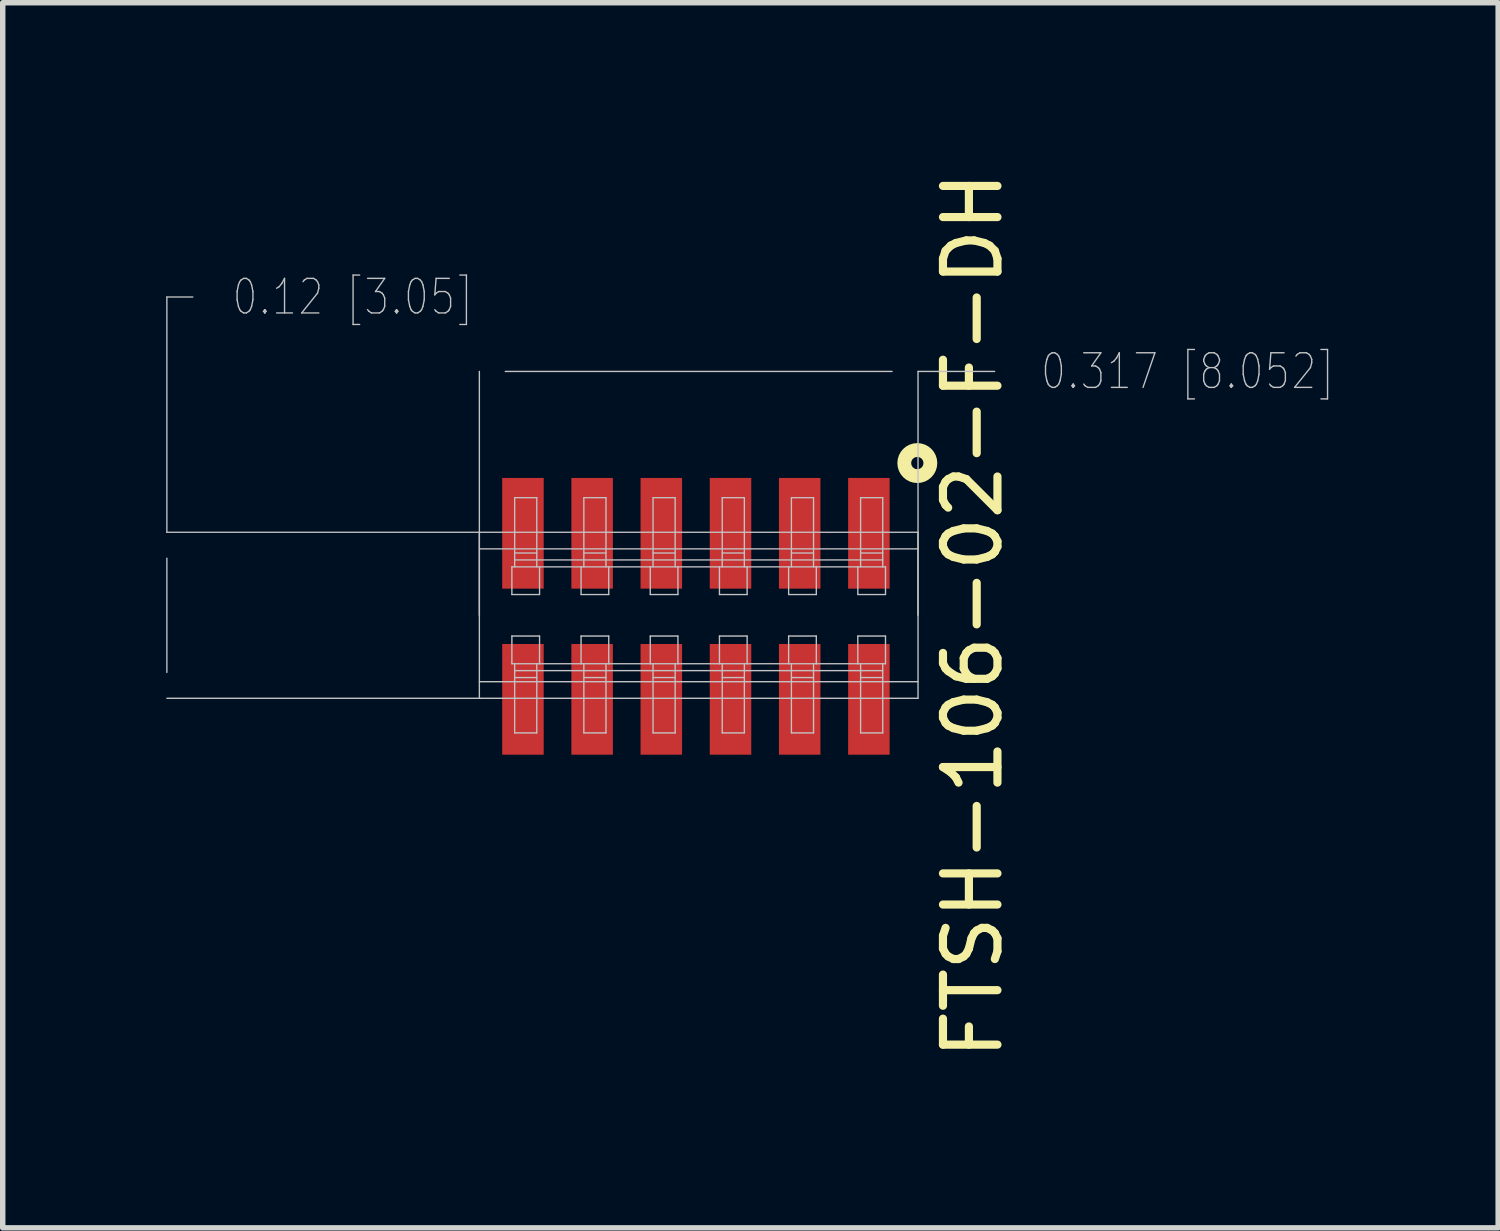
<source format=kicad_pcb>
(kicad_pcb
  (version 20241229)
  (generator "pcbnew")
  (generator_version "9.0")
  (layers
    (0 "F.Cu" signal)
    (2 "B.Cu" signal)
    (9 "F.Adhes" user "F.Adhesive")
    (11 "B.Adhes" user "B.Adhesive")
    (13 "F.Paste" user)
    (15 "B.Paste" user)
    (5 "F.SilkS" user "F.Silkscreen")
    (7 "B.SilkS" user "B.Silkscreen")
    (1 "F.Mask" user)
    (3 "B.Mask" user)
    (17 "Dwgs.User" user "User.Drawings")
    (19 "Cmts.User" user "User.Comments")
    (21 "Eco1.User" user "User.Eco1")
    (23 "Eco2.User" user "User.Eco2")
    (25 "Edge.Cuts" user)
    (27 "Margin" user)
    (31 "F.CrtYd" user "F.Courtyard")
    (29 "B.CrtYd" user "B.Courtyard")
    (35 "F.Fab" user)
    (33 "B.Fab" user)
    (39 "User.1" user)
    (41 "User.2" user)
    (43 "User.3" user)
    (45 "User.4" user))
  (footprint "FTSH-106-02-F-DH"
    (layer "F.Cu")
    (at 9.724 8.244)
    (property "Reference" "FTSH-106-02-F-DH" (at 5.08 0 90) (layer "F.SilkS") (effects (font (size 1 1) (thickness 0.15))))
    (attr smd)
    (fp_circle (center 4.064 -2.794) (end 4.267 -2.667) (stroke (width 0.254) (type solid)) (fill no) (layer "F.SilkS"))
    (fp_line (start -9.711 -5.842) (end -9.711 -1.524) (stroke (width 0.025) (type solid)) (layer "Dwgs.User"))
    (fp_line (start -9.711 1.048) (end -9.711 -1.048) (stroke (width 0.025) (type solid)) (layer "Dwgs.User"))
    (fp_line (start -9.235 -5.842) (end -9.711 -5.842) (stroke (width 0.025) (type solid)) (layer "Dwgs.User"))
    (fp_line (start -3.975 -1.524) (end -9.711 -1.524) (stroke (width 0.025) (type solid)) (layer "Dwgs.User"))
    (fp_line (start -3.975 -1.524) (end -3.975 1.524) (stroke (width 0.025) (type solid)) (layer "Dwgs.User"))
    (fp_line (start -3.975 0) (end -3.975 -4.476) (stroke (width 0.025) (type solid)) (layer "Dwgs.User"))
    (fp_line (start -3.975 1.524) (end -9.711 1.524) (stroke (width 0.025) (type solid)) (layer "Dwgs.User"))
    (fp_line (start -3.975 1.524) (end 4.077 1.524) (stroke (width 0.025) (type solid)) (layer "Dwgs.User"))
    (fp_line (start -3.499 -4.476) (end 3.6 -4.476) (stroke (width 0.025) (type solid)) (layer "Dwgs.User"))
    (fp_line (start -3.378 -0.889) (end -3.378 -0.381) (stroke (width 0.025) (type solid)) (layer "Dwgs.User"))
    (fp_line (start -3.378 -0.381) (end -2.87 -0.381) (stroke (width 0.025) (type solid)) (layer "Dwgs.User"))
    (fp_line (start -3.378 0.381) (end -3.378 0.889) (stroke (width 0.025) (type solid)) (layer "Dwgs.User"))
    (fp_line (start -3.378 0.889) (end -2.87 0.889) (stroke (width 0.025) (type solid)) (layer "Dwgs.User"))
    (fp_line (start -3.327 -2.159) (end -2.921 -2.159) (stroke (width 0.025) (type solid)) (layer "Dwgs.User"))
    (fp_line (start -3.327 -1.524) (end -3.327 -2.159) (stroke (width 0.025) (type solid)) (layer "Dwgs.User"))
    (fp_line (start -3.327 -1.143) (end -2.921 -1.143) (stroke (width 0.025) (type solid)) (layer "Dwgs.User"))
    (fp_line (start -3.327 -1.016) (end 3.429 -1.016) (stroke (width 0.025) (type solid)) (layer "Dwgs.User"))
    (fp_line (start -3.327 -0.889) (end -3.327 -1.524) (stroke (width 0.025) (type solid)) (layer "Dwgs.User"))
    (fp_line (start -3.327 0.889) (end -3.327 1.524) (stroke (width 0.025) (type solid)) (layer "Dwgs.User"))
    (fp_line (start -3.327 1.524) (end -3.327 2.159) (stroke (width 0.025) (type solid)) (layer "Dwgs.User"))
    (fp_line (start -2.921 -2.159) (end -2.921 -1.524) (stroke (width 0.025) (type solid)) (layer "Dwgs.User"))
    (fp_line (start -2.921 -1.524) (end -2.921 -0.889) (stroke (width 0.025) (type solid)) (layer "Dwgs.User"))
    (fp_line (start -2.921 0.889) (end -2.921 1.524) (stroke (width 0.025) (type solid)) (layer "Dwgs.User"))
    (fp_line (start -2.921 1.143) (end -3.327 1.143) (stroke (width 0.025) (type solid)) (layer "Dwgs.User"))
    (fp_line (start -2.921 1.524) (end -2.921 2.159) (stroke (width 0.025) (type solid)) (layer "Dwgs.User"))
    (fp_line (start -2.921 2.159) (end -3.327 2.159) (stroke (width 0.025) (type solid)) (layer "Dwgs.User"))
    (fp_line (start -2.87 -0.889) (end -3.378 -0.889) (stroke (width 0.025) (type solid)) (layer "Dwgs.User"))
    (fp_line (start -2.87 -0.889) (end -2.108 -0.889) (stroke (width 0.025) (type solid)) (layer "Dwgs.User"))
    (fp_line (start -2.87 -0.381) (end -2.87 -0.889) (stroke (width 0.025) (type solid)) (layer "Dwgs.User"))
    (fp_line (start -2.87 0.381) (end -3.378 0.381) (stroke (width 0.025) (type solid)) (layer "Dwgs.User"))
    (fp_line (start -2.87 0.889) (end -2.87 0.381) (stroke (width 0.025) (type solid)) (layer "Dwgs.User"))
    (fp_line (start -2.108 -0.889) (end -2.108 -0.381) (stroke (width 0.025) (type solid)) (layer "Dwgs.User"))
    (fp_line (start -2.108 -0.381) (end -1.6 -0.381) (stroke (width 0.025) (type solid)) (layer "Dwgs.User"))
    (fp_line (start -2.108 0.381) (end -2.108 0.889) (stroke (width 0.025) (type solid)) (layer "Dwgs.User"))
    (fp_line (start -2.108 0.889) (end -2.87 0.889) (stroke (width 0.025) (type solid)) (layer "Dwgs.User"))
    (fp_line (start -2.108 0.889) (end -1.6 0.889) (stroke (width 0.025) (type solid)) (layer "Dwgs.User"))
    (fp_line (start -2.057 -2.159) (end -1.651 -2.159) (stroke (width 0.025) (type solid)) (layer "Dwgs.User"))
    (fp_line (start -2.057 -1.524) (end -2.057 -2.159) (stroke (width 0.025) (type solid)) (layer "Dwgs.User"))
    (fp_line (start -2.057 -1.143) (end -1.651 -1.143) (stroke (width 0.025) (type solid)) (layer "Dwgs.User"))
    (fp_line (start -2.057 -0.889) (end -2.057 -1.524) (stroke (width 0.025) (type solid)) (layer "Dwgs.User"))
    (fp_line (start -2.057 1.524) (end -2.057 0.889) (stroke (width 0.025) (type solid)) (layer "Dwgs.User"))
    (fp_line (start -2.057 2.159) (end -2.057 1.524) (stroke (width 0.025) (type solid)) (layer "Dwgs.User"))
    (fp_line (start -1.651 -2.159) (end -1.651 -1.524) (stroke (width 0.025) (type solid)) (layer "Dwgs.User"))
    (fp_line (start -1.651 -1.524) (end -1.651 -0.889) (stroke (width 0.025) (type solid)) (layer "Dwgs.User"))
    (fp_line (start -1.651 0.889) (end -1.651 1.524) (stroke (width 0.025) (type solid)) (layer "Dwgs.User"))
    (fp_line (start -1.651 1.143) (end -2.057 1.143) (stroke (width 0.025) (type solid)) (layer "Dwgs.User"))
    (fp_line (start -1.651 1.524) (end -1.651 2.159) (stroke (width 0.025) (type solid)) (layer "Dwgs.User"))
    (fp_line (start -1.651 2.159) (end -2.057 2.159) (stroke (width 0.025) (type solid)) (layer "Dwgs.User"))
    (fp_line (start -1.6 -0.889) (end -2.108 -0.889) (stroke (width 0.025) (type solid)) (layer "Dwgs.User"))
    (fp_line (start -1.6 -0.889) (end -0.838 -0.889) (stroke (width 0.025) (type solid)) (layer "Dwgs.User"))
    (fp_line (start -1.6 -0.381) (end -1.6 -0.889) (stroke (width 0.025) (type solid)) (layer "Dwgs.User"))
    (fp_line (start -1.6 0.381) (end -2.108 0.381) (stroke (width 0.025) (type solid)) (layer "Dwgs.User"))
    (fp_line (start -1.6 0.889) (end -1.6 0.381) (stroke (width 0.025) (type solid)) (layer "Dwgs.User"))
    (fp_line (start -0.838 -0.889) (end -0.838 -0.381) (stroke (width 0.025) (type solid)) (layer "Dwgs.User"))
    (fp_line (start -0.838 -0.381) (end -0.33 -0.381) (stroke (width 0.025) (type solid)) (layer "Dwgs.User"))
    (fp_line (start -0.838 0.381) (end -0.838 0.889) (stroke (width 0.025) (type solid)) (layer "Dwgs.User"))
    (fp_line (start -0.838 0.889) (end -1.6 0.889) (stroke (width 0.025) (type solid)) (layer "Dwgs.User"))
    (fp_line (start -0.838 0.889) (end -0.33 0.889) (stroke (width 0.025) (type solid)) (layer "Dwgs.User"))
    (fp_line (start -0.787 -2.159) (end -0.381 -2.159) (stroke (width 0.025) (type solid)) (layer "Dwgs.User"))
    (fp_line (start -0.787 -1.524) (end -0.787 -2.159) (stroke (width 0.025) (type solid)) (layer "Dwgs.User"))
    (fp_line (start -0.787 -1.143) (end -0.381 -1.143) (stroke (width 0.025) (type solid)) (layer "Dwgs.User"))
    (fp_line (start -0.787 -0.889) (end -0.787 -1.524) (stroke (width 0.025) (type solid)) (layer "Dwgs.User"))
    (fp_line (start -0.787 1.524) (end -0.787 0.889) (stroke (width 0.025) (type solid)) (layer "Dwgs.User"))
    (fp_line (start -0.787 2.159) (end -0.787 1.524) (stroke (width 0.025) (type solid)) (layer "Dwgs.User"))
    (fp_line (start -0.381 -2.159) (end -0.381 -1.524) (stroke (width 0.025) (type solid)) (layer "Dwgs.User"))
    (fp_line (start -0.381 -1.524) (end -0.381 -0.889) (stroke (width 0.025) (type solid)) (layer "Dwgs.User"))
    (fp_line (start -0.381 0.889) (end -0.381 1.524) (stroke (width 0.025) (type solid)) (layer "Dwgs.User"))
    (fp_line (start -0.381 1.143) (end -0.787 1.143) (stroke (width 0.025) (type solid)) (layer "Dwgs.User"))
    (fp_line (start -0.381 1.524) (end -0.381 2.159) (stroke (width 0.025) (type solid)) (layer "Dwgs.User"))
    (fp_line (start -0.381 2.159) (end -0.787 2.159) (stroke (width 0.025) (type solid)) (layer "Dwgs.User"))
    (fp_line (start -0.33 -0.889) (end -0.838 -0.889) (stroke (width 0.025) (type solid)) (layer "Dwgs.User"))
    (fp_line (start -0.33 -0.889) (end 0.432 -0.889) (stroke (width 0.025) (type solid)) (layer "Dwgs.User"))
    (fp_line (start -0.33 -0.381) (end -0.33 -0.889) (stroke (width 0.025) (type solid)) (layer "Dwgs.User"))
    (fp_line (start -0.33 0.381) (end -0.838 0.381) (stroke (width 0.025) (type solid)) (layer "Dwgs.User"))
    (fp_line (start -0.33 0.889) (end -0.33 0.381) (stroke (width 0.025) (type solid)) (layer "Dwgs.User"))
    (fp_line (start 0.432 -0.889) (end 0.432 -0.381) (stroke (width 0.025) (type solid)) (layer "Dwgs.User"))
    (fp_line (start 0.432 -0.381) (end 0.94 -0.381) (stroke (width 0.025) (type solid)) (layer "Dwgs.User"))
    (fp_line (start 0.432 0.381) (end 0.432 0.889) (stroke (width 0.025) (type solid)) (layer "Dwgs.User"))
    (fp_line (start 0.432 0.889) (end -0.33 0.889) (stroke (width 0.025) (type solid)) (layer "Dwgs.User"))
    (fp_line (start 0.432 0.889) (end 0.94 0.889) (stroke (width 0.025) (type solid)) (layer "Dwgs.User"))
    (fp_line (start 0.483 -2.159) (end 0.889 -2.159) (stroke (width 0.025) (type solid)) (layer "Dwgs.User"))
    (fp_line (start 0.483 -1.524) (end 0.483 -2.159) (stroke (width 0.025) (type solid)) (layer "Dwgs.User"))
    (fp_line (start 0.483 -1.143) (end 0.889 -1.143) (stroke (width 0.025) (type solid)) (layer "Dwgs.User"))
    (fp_line (start 0.483 -0.889) (end 0.483 -1.524) (stroke (width 0.025) (type solid)) (layer "Dwgs.User"))
    (fp_line (start 0.483 1.524) (end 0.483 0.889) (stroke (width 0.025) (type solid)) (layer "Dwgs.User"))
    (fp_line (start 0.483 2.159) (end 0.483 1.524) (stroke (width 0.025) (type solid)) (layer "Dwgs.User"))
    (fp_line (start 0.889 -2.159) (end 0.889 -1.524) (stroke (width 0.025) (type solid)) (layer "Dwgs.User"))
    (fp_line (start 0.889 -1.524) (end 0.889 -0.889) (stroke (width 0.025) (type solid)) (layer "Dwgs.User"))
    (fp_line (start 0.889 0.889) (end 0.889 1.524) (stroke (width 0.025) (type solid)) (layer "Dwgs.User"))
    (fp_line (start 0.889 1.143) (end 0.483 1.143) (stroke (width 0.025) (type solid)) (layer "Dwgs.User"))
    (fp_line (start 0.889 1.524) (end 0.889 2.159) (stroke (width 0.025) (type solid)) (layer "Dwgs.User"))
    (fp_line (start 0.889 2.159) (end 0.483 2.159) (stroke (width 0.025) (type solid)) (layer "Dwgs.User"))
    (fp_line (start 0.94 -0.889) (end 0.432 -0.889) (stroke (width 0.025) (type solid)) (layer "Dwgs.User"))
    (fp_line (start 0.94 -0.889) (end 1.702 -0.889) (stroke (width 0.025) (type solid)) (layer "Dwgs.User"))
    (fp_line (start 0.94 -0.381) (end 0.94 -0.889) (stroke (width 0.025) (type solid)) (layer "Dwgs.User"))
    (fp_line (start 0.94 0.381) (end 0.432 0.381) (stroke (width 0.025) (type solid)) (layer "Dwgs.User"))
    (fp_line (start 0.94 0.889) (end 0.94 0.381) (stroke (width 0.025) (type solid)) (layer "Dwgs.User"))
    (fp_line (start 1.702 -0.889) (end 1.702 -0.381) (stroke (width 0.025) (type solid)) (layer "Dwgs.User"))
    (fp_line (start 1.702 -0.381) (end 2.21 -0.381) (stroke (width 0.025) (type solid)) (layer "Dwgs.User"))
    (fp_line (start 1.702 0.381) (end 1.702 0.889) (stroke (width 0.025) (type solid)) (layer "Dwgs.User"))
    (fp_line (start 1.702 0.889) (end 0.94 0.889) (stroke (width 0.025) (type solid)) (layer "Dwgs.User"))
    (fp_line (start 1.702 0.889) (end 2.21 0.889) (stroke (width 0.025) (type solid)) (layer "Dwgs.User"))
    (fp_line (start 1.753 -2.159) (end 2.159 -2.159) (stroke (width 0.025) (type solid)) (layer "Dwgs.User"))
    (fp_line (start 1.753 -1.524) (end 1.753 -2.159) (stroke (width 0.025) (type solid)) (layer "Dwgs.User"))
    (fp_line (start 1.753 -1.143) (end 2.159 -1.143) (stroke (width 0.025) (type solid)) (layer "Dwgs.User"))
    (fp_line (start 1.753 -0.889) (end 1.753 -1.524) (stroke (width 0.025) (type solid)) (layer "Dwgs.User"))
    (fp_line (start 1.753 1.524) (end 1.753 0.889) (stroke (width 0.025) (type solid)) (layer "Dwgs.User"))
    (fp_line (start 1.753 2.159) (end 1.753 1.524) (stroke (width 0.025) (type solid)) (layer "Dwgs.User"))
    (fp_line (start 2.159 -2.159) (end 2.159 -1.524) (stroke (width 0.025) (type solid)) (layer "Dwgs.User"))
    (fp_line (start 2.159 -1.524) (end 2.159 -0.889) (stroke (width 0.025) (type solid)) (layer "Dwgs.User"))
    (fp_line (start 2.159 0.889) (end 2.159 1.524) (stroke (width 0.025) (type solid)) (layer "Dwgs.User"))
    (fp_line (start 2.159 1.143) (end 1.753 1.143) (stroke (width 0.025) (type solid)) (layer "Dwgs.User"))
    (fp_line (start 2.159 1.524) (end 2.159 2.159) (stroke (width 0.025) (type solid)) (layer "Dwgs.User"))
    (fp_line (start 2.159 2.159) (end 1.753 2.159) (stroke (width 0.025) (type solid)) (layer "Dwgs.User"))
    (fp_line (start 2.21 -0.889) (end 1.702 -0.889) (stroke (width 0.025) (type solid)) (layer "Dwgs.User"))
    (fp_line (start 2.21 -0.889) (end 2.972 -0.889) (stroke (width 0.025) (type solid)) (layer "Dwgs.User"))
    (fp_line (start 2.21 -0.381) (end 2.21 -0.889) (stroke (width 0.025) (type solid)) (layer "Dwgs.User"))
    (fp_line (start 2.21 0.381) (end 1.702 0.381) (stroke (width 0.025) (type solid)) (layer "Dwgs.User"))
    (fp_line (start 2.21 0.889) (end 2.21 0.381) (stroke (width 0.025) (type solid)) (layer "Dwgs.User"))
    (fp_line (start 2.972 -0.889) (end 2.972 -0.381) (stroke (width 0.025) (type solid)) (layer "Dwgs.User"))
    (fp_line (start 2.972 -0.381) (end 3.48 -0.381) (stroke (width 0.025) (type solid)) (layer "Dwgs.User"))
    (fp_line (start 2.972 0.381) (end 2.972 0.889) (stroke (width 0.025) (type solid)) (layer "Dwgs.User"))
    (fp_line (start 2.972 0.889) (end 2.21 0.889) (stroke (width 0.025) (type solid)) (layer "Dwgs.User"))
    (fp_line (start 2.972 0.889) (end 3.48 0.889) (stroke (width 0.025) (type solid)) (layer "Dwgs.User"))
    (fp_line (start 3.023 -2.159) (end 3.429 -2.159) (stroke (width 0.025) (type solid)) (layer "Dwgs.User"))
    (fp_line (start 3.023 -1.524) (end 3.023 -2.159) (stroke (width 0.025) (type solid)) (layer "Dwgs.User"))
    (fp_line (start 3.023 -1.143) (end 3.429 -1.143) (stroke (width 0.025) (type solid)) (layer "Dwgs.User"))
    (fp_line (start 3.023 -0.889) (end 3.023 -1.524) (stroke (width 0.025) (type solid)) (layer "Dwgs.User"))
    (fp_line (start 3.023 1.524) (end 3.023 0.889) (stroke (width 0.025) (type solid)) (layer "Dwgs.User"))
    (fp_line (start 3.023 2.159) (end 3.023 1.524) (stroke (width 0.025) (type solid)) (layer "Dwgs.User"))
    (fp_line (start 3.429 -1.524) (end 3.429 -2.159) (stroke (width 0.025) (type solid)) (layer "Dwgs.User"))
    (fp_line (start 3.429 -0.889) (end 3.429 -1.524) (stroke (width 0.025) (type solid)) (layer "Dwgs.User"))
    (fp_line (start 3.429 0.889) (end 3.429 1.524) (stroke (width 0.025) (type solid)) (layer "Dwgs.User"))
    (fp_line (start 3.429 1.016) (end -3.327 1.016) (stroke (width 0.025) (type solid)) (layer "Dwgs.User"))
    (fp_line (start 3.429 1.143) (end 3.023 1.143) (stroke (width 0.025) (type solid)) (layer "Dwgs.User"))
    (fp_line (start 3.429 1.524) (end 3.429 2.159) (stroke (width 0.025) (type solid)) (layer "Dwgs.User"))
    (fp_line (start 3.429 2.159) (end 3.023 2.159) (stroke (width 0.025) (type solid)) (layer "Dwgs.User"))
    (fp_line (start 3.48 -0.889) (end 2.972 -0.889) (stroke (width 0.025) (type solid)) (layer "Dwgs.User"))
    (fp_line (start 3.48 -0.381) (end 3.48 -0.889) (stroke (width 0.025) (type solid)) (layer "Dwgs.User"))
    (fp_line (start 3.48 0.381) (end 2.972 0.381) (stroke (width 0.025) (type solid)) (layer "Dwgs.User"))
    (fp_line (start 3.48 0.889) (end 3.48 0.381) (stroke (width 0.025) (type solid)) (layer "Dwgs.User"))
    (fp_line (start 4.077 -4.476) (end 5.483 -4.476) (stroke (width 0.025) (type solid)) (layer "Dwgs.User"))
    (fp_line (start 4.077 -1.524) (end -3.975 -1.524) (stroke (width 0.025) (type solid)) (layer "Dwgs.User"))
    (fp_line (start 4.077 -1.219) (end -3.975 -1.219) (stroke (width 0.025) (type solid)) (layer "Dwgs.User"))
    (fp_line (start 4.077 0) (end 4.077 -4.476) (stroke (width 0.025) (type solid)) (layer "Dwgs.User"))
    (fp_line (start 4.077 1.219) (end -3.975 1.219) (stroke (width 0.025) (type solid)) (layer "Dwgs.User"))
    (fp_line (start 4.077 1.524) (end 4.077 -1.524) (stroke (width 0.025) (type solid)) (layer "Dwgs.User"))
    (fp_text user "0.317 [8.052]" (at 9.03 -4.476 0) (layer "Dwgs.User") (effects (font (size 0.635 0.508) (thickness 0.025))))
    (fp_text user "0.12 [3.05]" (at -6.293 -5.842 0) (layer "Dwgs.User") (effects (font (size 0.635 0.508) (thickness 0.025))))
    (pad "1" connect rect (at 3.175 -1.505) (size 0.762 2.032) (layers "F.Cu" "F.Mask"))
    (pad "2" connect rect (at 3.175 1.543) (size 0.762 2.032) (layers "F.Cu" "F.Mask"))
    (pad "3" connect rect (at 1.905 -1.505) (size 0.762 2.032) (layers "F.Cu" "F.Mask"))
    (pad "4" connect rect (at 1.905 1.543) (size 0.762 2.032) (layers "F.Cu" "F.Mask"))
    (pad "5" connect rect (at 0.635 -1.505) (size 0.762 2.032) (layers "F.Cu" "F.Mask"))
    (pad "6" connect rect (at 0.635 1.543) (size 0.762 2.032) (layers "F.Cu" "F.Mask"))
    (pad "7" connect rect (at -0.635 -1.505) (size 0.762 2.032) (layers "F.Cu" "F.Mask"))
    (pad "8" connect rect (at -0.635 1.543) (size 0.762 2.032) (layers "F.Cu" "F.Mask"))
    (pad "9" connect rect (at -1.905 -1.505) (size 0.762 2.032) (layers "F.Cu" "F.Mask"))
    (pad "10" connect rect (at -1.905 1.543) (size 0.762 2.032) (layers "F.Cu" "F.Mask"))
    (pad "11" connect rect (at -3.175 -1.505) (size 0.762 2.032) (layers "F.Cu" "F.Mask"))
    (pad "12" connect rect (at -3.175 1.543) (size 0.762 2.032) (layers "F.Cu" "F.Mask")))
  (gr_rect
    (start -3 -3)
    (end 24.45 19.488)
    (stroke (width 0.1) (type default))
    (fill no)
    (layer "Edge.Cuts")))
</source>
